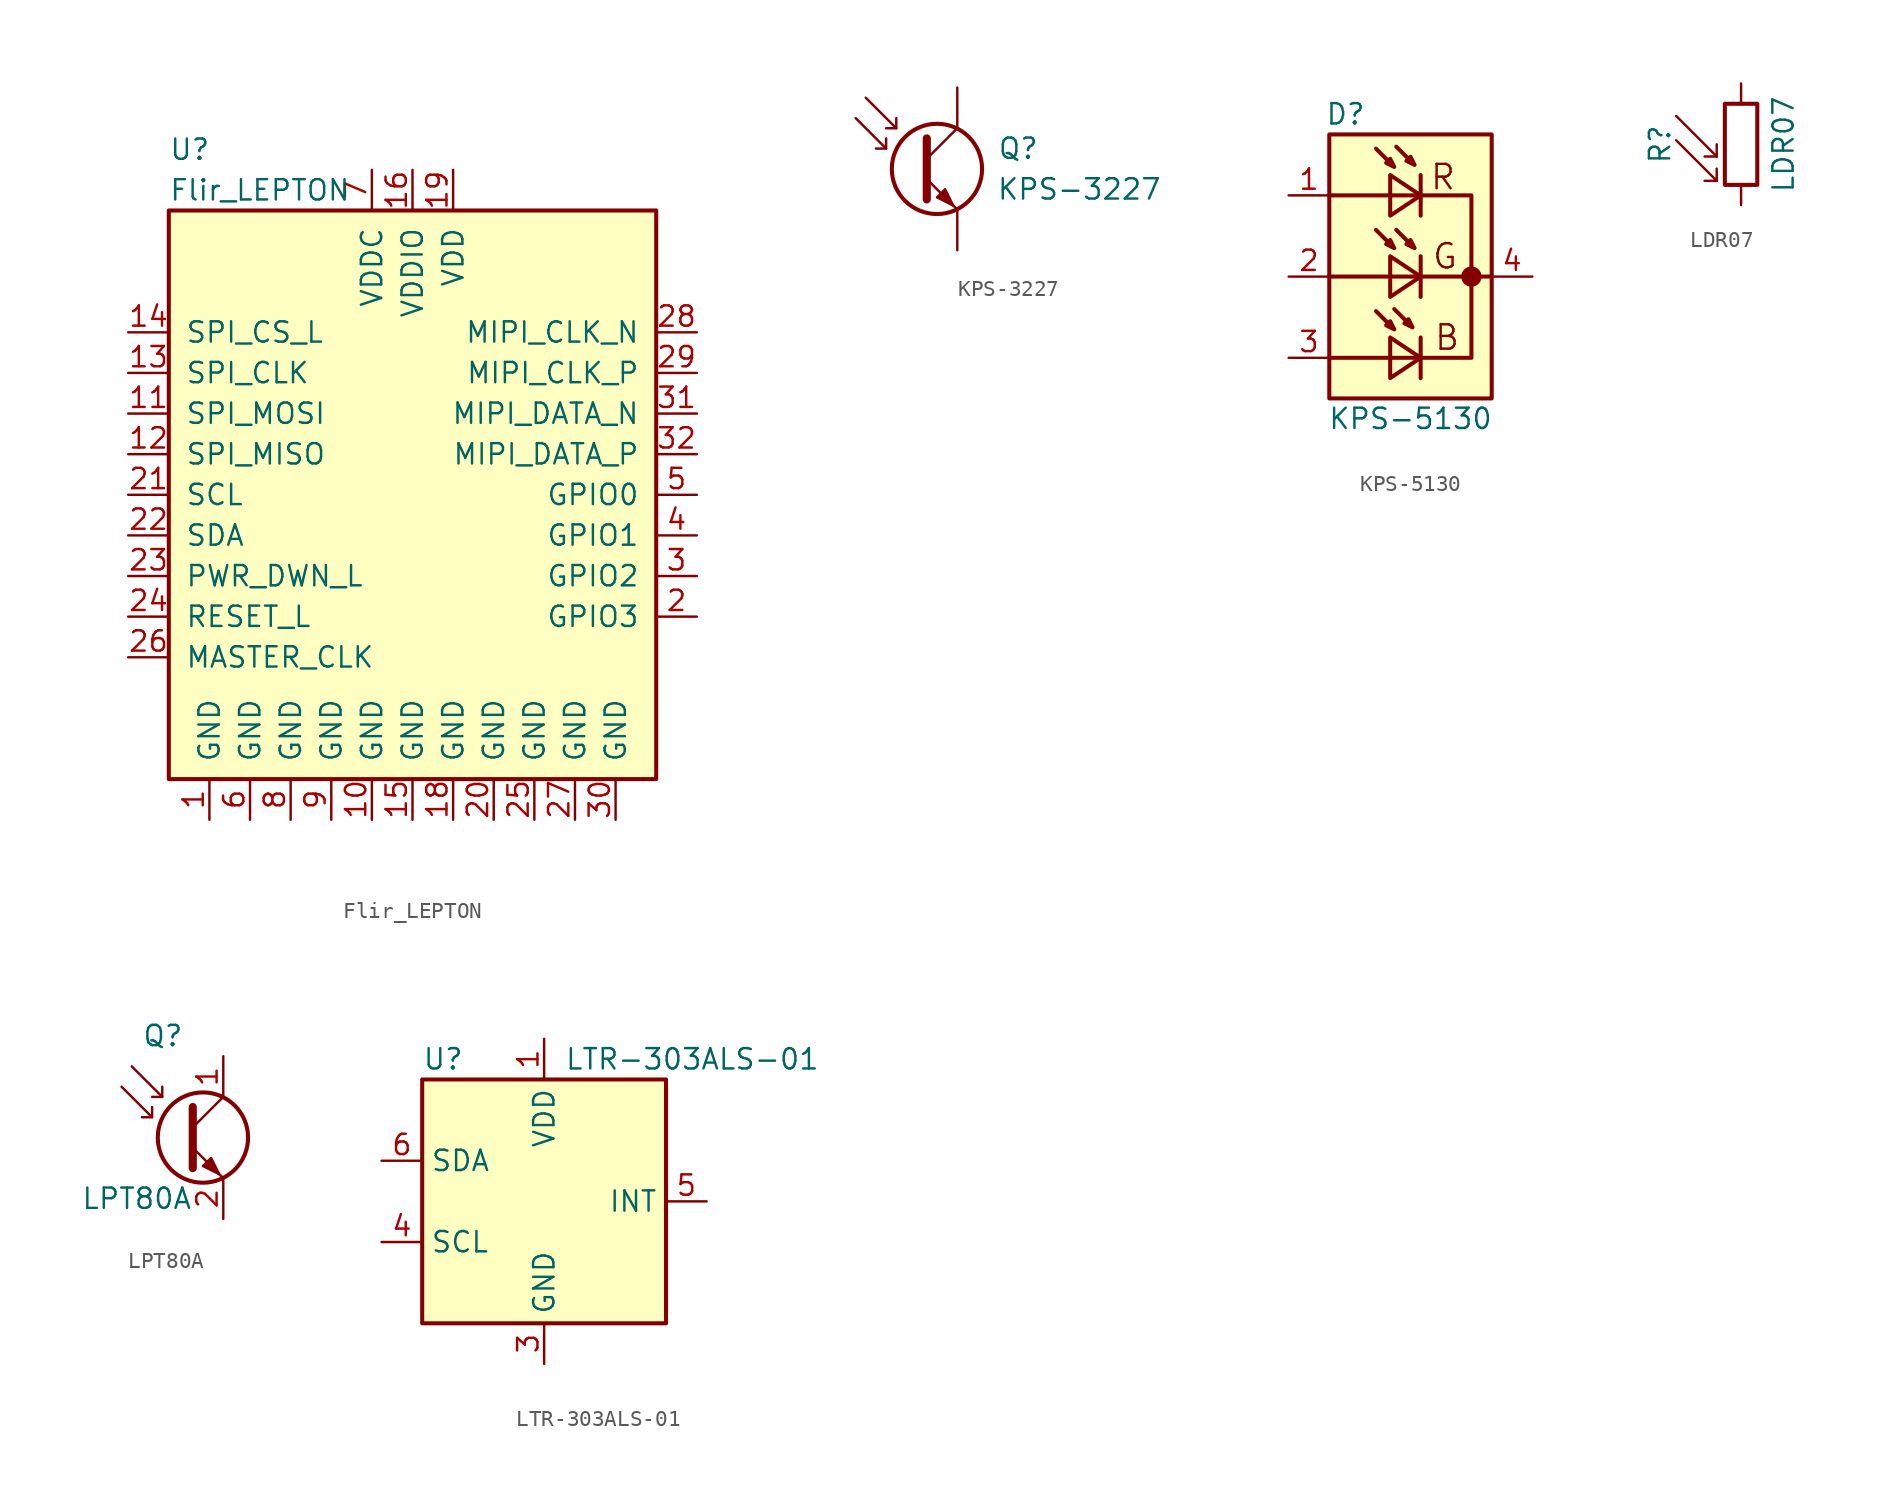
<source format=kicad_sym>
(kicad_symbol_lib
  (version 20201005)
  (generator kicad_symbol_editor)
  (symbol "Sensor_Optical:Flir_LEPTON"
    (pin_names
      (offset 1.016))
    (property "Reference" "U"
      (at -15.24 21.59 0)
      (effects (font (size 1.27 1.27)) (justify left)))
    (property "Value" "Flir_LEPTON"
      (at -15.24 19.05 0)
      (effects (font (size 1.27 1.27)) (justify left)))
    (symbol "Flir_LEPTON_0_1"
      (rectangle (start -15.24 17.78) (end 15.24 -17.78) (stroke (width 0.254)) (fill (type background))))
    (symbol "Flir_LEPTON_1_1"
      (pin power_in line (at -12.7 -20.32 90) (length 2.54) (name "GND" (effects (font (size 1.27 1.27)))) (number "1" (effects (font (size 1.27 1.27)))))
      (pin power_in line (at -2.54 -20.32 90) (length 2.54) (name "GND" (effects (font (size 1.27 1.27)))) (number "10" (effects (font (size 1.27 1.27)))))
      (pin input line (at -17.78 5.08 0) (length 2.54) (name "SPI_MOSI" (effects (font (size 1.27 1.27)))) (number "11" (effects (font (size 1.27 1.27)))))
      (pin output line (at -17.78 2.54 0) (length 2.54) (name "SPI_MISO" (effects (font (size 1.27 1.27)))) (number "12" (effects (font (size 1.27 1.27)))))
      (pin input line (at -17.78 7.62 0) (length 2.54) (name "SPI_CLK" (effects (font (size 1.27 1.27)))) (number "13" (effects (font (size 1.27 1.27)))))
      (pin input line (at -17.78 10.16 0) (length 2.54) (name "SPI_CS_L" (effects (font (size 1.27 1.27)))) (number "14" (effects (font (size 1.27 1.27)))))
      (pin power_in line (at 0 -20.32 90) (length 2.54) (name "GND" (effects (font (size 1.27 1.27)))) (number "15" (effects (font (size 1.27 1.27)))))
      (pin power_in line (at 0 20.32 270) (length 2.54) (name "VDDIO" (effects (font (size 1.27 1.27)))) (number "16" (effects (font (size 1.27 1.27)))))
      (pin no_connect line (at 17.78 -10.16 180) (length 2.54) hide (name "NC" (effects (font (size 1.27 1.27)))) (number "17" (effects (font (size 1.27 1.27)))))
      (pin power_in line (at 2.54 -20.32 90) (length 2.54) (name "GND" (effects (font (size 1.27 1.27)))) (number "18" (effects (font (size 1.27 1.27)))))
      (pin power_in line (at 2.54 20.32 270) (length 2.54) (name "VDD" (effects (font (size 1.27 1.27)))) (number "19" (effects (font (size 1.27 1.27)))))
      (pin bidirectional line (at 17.78 -7.62 180) (length 2.54) (name "GPIO3" (effects (font (size 1.27 1.27)))) (number "2" (effects (font (size 1.27 1.27)))))
      (pin power_in line (at 5.08 -20.32 90) (length 2.54) (name "GND" (effects (font (size 1.27 1.27)))) (number "20" (effects (font (size 1.27 1.27)))))
      (pin input line (at -17.78 0 0) (length 2.54) (name "SCL" (effects (font (size 1.27 1.27)))) (number "21" (effects (font (size 1.27 1.27)))))
      (pin bidirectional line (at -17.78 -2.54 0) (length 2.54) (name "SDA" (effects (font (size 1.27 1.27)))) (number "22" (effects (font (size 1.27 1.27)))))
      (pin input line (at -17.78 -5.08 0) (length 2.54) (name "PWR_DWN_L" (effects (font (size 1.27 1.27)))) (number "23" (effects (font (size 1.27 1.27)))))
      (pin input line (at -17.78 -7.62 0) (length 2.54) (name "RESET_L" (effects (font (size 1.27 1.27)))) (number "24" (effects (font (size 1.27 1.27)))))
      (pin power_in line (at 7.62 -20.32 90) (length 2.54) (name "GND" (effects (font (size 1.27 1.27)))) (number "25" (effects (font (size 1.27 1.27)))))
      (pin input line (at -17.78 -10.16 0) (length 2.54) (name "MASTER_CLK" (effects (font (size 1.27 1.27)))) (number "26" (effects (font (size 1.27 1.27)))))
      (pin power_in line (at 10.16 -20.32 90) (length 2.54) (name "GND" (effects (font (size 1.27 1.27)))) (number "27" (effects (font (size 1.27 1.27)))))
      (pin output line (at 17.78 10.16 180) (length 2.54) (name "MIPI_CLK_N" (effects (font (size 1.27 1.27)))) (number "28" (effects (font (size 1.27 1.27)))))
      (pin output line (at 17.78 7.62 180) (length 2.54) (name "MIPI_CLK_P" (effects (font (size 1.27 1.27)))) (number "29" (effects (font (size 1.27 1.27)))))
      (pin bidirectional line (at 17.78 -5.08 180) (length 2.54) (name "GPIO2" (effects (font (size 1.27 1.27)))) (number "3" (effects (font (size 1.27 1.27)))))
      (pin power_in line (at 12.7 -20.32 90) (length 2.54) (name "GND" (effects (font (size 1.27 1.27)))) (number "30" (effects (font (size 1.27 1.27)))))
      (pin output line (at 17.78 5.08 180) (length 2.54) (name "MIPI_DATA_N" (effects (font (size 1.27 1.27)))) (number "31" (effects (font (size 1.27 1.27)))))
      (pin output line (at 17.78 2.54 180) (length 2.54) (name "MIPI_DATA_P" (effects (font (size 1.27 1.27)))) (number "32" (effects (font (size 1.27 1.27)))))
      (pin bidirectional line (at 17.78 -2.54 180) (length 2.54) (name "GPIO1" (effects (font (size 1.27 1.27)))) (number "4" (effects (font (size 1.27 1.27)))))
      (pin bidirectional line (at 17.78 0 180) (length 2.54) (name "GPIO0" (effects (font (size 1.27 1.27)))) (number "5" (effects (font (size 1.27 1.27)))))
      (pin power_in line (at -10.16 -20.32 90) (length 2.54) (name "GND" (effects (font (size 1.27 1.27)))) (number "6" (effects (font (size 1.27 1.27)))))
      (pin power_in line (at -2.54 20.32 270) (length 2.54) (name "VDDC" (effects (font (size 1.27 1.27)))) (number "7" (effects (font (size 1.27 1.27)))))
      (pin power_in line (at -7.62 -20.32 90) (length 2.54) (name "GND" (effects (font (size 1.27 1.27)))) (number "8" (effects (font (size 1.27 1.27)))))
      (pin power_in line (at -5.08 -20.32 90) (length 2.54) (name "GND" (effects (font (size 1.27 1.27)))) (number "9" (effects (font (size 1.27 1.27)))))))
  (symbol "Sensor_Optical:KPS-3227"
    (pin_numbers hide)
    (property "Reference" "Q"
      (at 3.81 1.27 0)
      (effects (font (size 1.27 1.27))))
    (property "Value" "KPS-3227"
      (at 7.62 -1.27 0)
      (effects (font (size 1.27 1.27))))
    (symbol "KPS-3227_1_1"
      (circle (center -1.27 0) (radius 2.819) (stroke (width 0.254)) (fill (type none)))
      (polyline (pts (xy -4.445 1.27) (xy -5.08 1.27)) (stroke (width 0)) (fill (type none)))
      (polyline (pts (xy -3.81 2.54) (xy -4.445 2.54)) (stroke (width 0)) (fill (type none)))
      (polyline (pts (xy -1.905 0.635) (xy 0 2.54)) (stroke (width 0)) (fill (type none)))
      (polyline (pts (xy -6.35 3.175) (xy -4.445 1.27) (xy -4.445 1.905)) (stroke (width 0)) (fill (type none)))
      (polyline (pts (xy -5.715 4.445) (xy -3.81 2.54) (xy -3.81 3.175)) (stroke (width 0)) (fill (type none)))
      (polyline (pts (xy -1.905 -0.635) (xy 0 -2.54) (xy 0 -2.54)) (stroke (width 0)) (fill (type none)))
      (polyline (pts (xy -1.905 1.905) (xy -1.905 -1.905) (xy -1.905 -1.905)) (stroke (width 0.508)) (fill (type none)))
      (polyline (pts (xy -1.27 -1.778) (xy -0.762 -1.27) (xy -0.254 -2.286) (xy -1.27 -1.778) (xy -1.27 -1.778)) (stroke (width 0)) (fill (type outline)))
      (pin passive line (at 0 5.08 270) (length 2.54) hide (name "~" (effects (font (size 1.27 1.27)))) (number "1" (effects (font (size 1.27 1.27)))))
      (pin passive line (at 0 -5.08 90) (length 2.54) hide (name "~" (effects (font (size 1.27 1.27)))) (number "2" (effects (font (size 1.27 1.27)))))
      (pin passive line (at 0 5.08 270) (length 2.54) (name "~" (effects (font (size 1.27 1.27)))) (number "3" (effects (font (size 1.27 1.27)))))
      (pin passive line (at 0 -5.08 90) (length 2.54) (name "~" (effects (font (size 1.27 1.27)))) (number "4" (effects (font (size 1.27 1.27)))))))
  (symbol "Sensor_Optical:KPS-5130"
    (pin_names hide)
    (property "Reference" "D"
      (at -4.064 10.16 0)
      (effects (font (size 1.27 1.27))))
    (property "Value" "KPS-5130"
      (at 0 -8.89 0)
      (effects (font (size 1.27 1.27))))
    (symbol "KPS-5130_0_0"
      (text "B" (at 2.286 -3.81 0) (effects (font (size 1.524 1.524))))
      (text "G" (at 2.159 1.27 0) (effects (font (size 1.524 1.524))))
      (text "R" (at 2.032 6.223 0) (effects (font (size 1.524 1.524)))))
    (symbol "KPS-5130_0_1"
      (circle (center 3.81 0) (radius 0.508) (stroke (width 0.254)) (fill (type outline)))
      (polyline (pts (xy 5.08 0) (xy -5.08 0)) (stroke (width 0.254)) (fill (type none)))
      (polyline (pts (xy -5.08 5.08) (xy 3.81 5.08) (xy 3.81 -5.08) (xy -5.08 -5.08)) (stroke (width 0.254)) (fill (type none)))
      (polyline (pts (xy -2.159 -2.159) (xy -1.016 -3.302) (xy -1.27 -2.794) (xy -1.524 -3.048) (xy -1.016 -3.302)) (stroke (width 0.254)) (fill (type none)))
      (polyline (pts (xy -2.159 2.921) (xy -1.016 1.778) (xy -1.27 2.286) (xy -1.524 2.032) (xy -1.016 1.778)) (stroke (width 0.254)) (fill (type none)))
      (polyline (pts (xy -2.159 8.001) (xy -1.016 6.858) (xy -1.27 7.366) (xy -1.524 7.112) (xy -1.016 6.858)) (stroke (width 0.254)) (fill (type none)))
      (polyline (pts (xy -1.016 -2.032) (xy 0.127 -3.175) (xy -0.127 -2.667) (xy -0.381 -2.921) (xy 0.127 -3.175)) (stroke (width 0.254)) (fill (type none)))
      (polyline (pts (xy -0.889 2.921) (xy 0.254 1.778) (xy 0 2.286) (xy -0.254 2.032) (xy 0.254 1.778)) (stroke (width 0.254)) (fill (type none)))
      (polyline (pts (xy -0.889 8.128) (xy 0.254 6.985) (xy 0 7.493) (xy -0.254 7.239) (xy 0.254 6.985)) (stroke (width 0.254)) (fill (type none)))
      (polyline (pts (xy 0.635 -3.81) (xy 0.635 -6.35) (xy 0.635 -5.08) (xy -1.27 -3.81) (xy -1.27 -6.35) (xy 0.635 -5.08)) (stroke (width 0.254)) (fill (type none)))
      (polyline (pts (xy 0.635 1.27) (xy 0.635 -1.27) (xy 0.635 0) (xy -1.27 1.27) (xy -1.27 -1.27) (xy 0.635 0)) (stroke (width 0.254)) (fill (type none)))
      (polyline (pts (xy 0.635 6.35) (xy 0.635 3.81) (xy 0.635 5.08) (xy -1.27 6.35) (xy -1.27 3.81) (xy 0.635 5.08)) (stroke (width 0.254)) (fill (type none))))
    (symbol "KPS-5130_1_1"
      (rectangle (start 5.08 8.89) (end -5.08 -7.62) (stroke (width 0.254)) (fill (type background)))
      (pin passive line (at -7.62 5.08 0) (length 2.54) (name "AR" (effects (font (size 1.27 1.27)))) (number "1" (effects (font (size 1.27 1.27)))))
      (pin passive line (at -7.62 0 0) (length 2.54) (name "AG" (effects (font (size 1.27 1.27)))) (number "2" (effects (font (size 1.27 1.27)))))
      (pin passive line (at -7.62 -5.08 0) (length 2.54) (name "AB" (effects (font (size 1.27 1.27)))) (number "3" (effects (font (size 1.27 1.27)))))
      (pin passive line (at 7.62 0 180) (length 2.54) (name "C" (effects (font (size 1.27 1.27)))) (number "4" (effects (font (size 1.27 1.27)))))))
  (symbol "Sensor_Optical:LDR07"
    (pin_numbers hide)
    (pin_names
      (offset 0))
    (property "Reference" "R"
      (at -5.08 0 90)
      (effects (font (size 1.27 1.27))))
    (property "Value" "LDR07"
      (at 1.905 0 90)
      (effects (font (size 1.27 1.27)) (justify top)))
    (symbol "LDR07_0_1"
      (rectangle (start -1.016 2.54) (end 1.016 -2.54) (stroke (width 0.254)) (fill (type none)))
      (polyline (pts (xy -1.524 -2.286) (xy -4.064 0.254)) (stroke (width 0)) (fill (type none)))
      (polyline (pts (xy -1.524 -2.286) (xy -2.286 -2.286)) (stroke (width 0)) (fill (type none)))
      (polyline (pts (xy -1.524 -2.286) (xy -1.524 -1.524)) (stroke (width 0)) (fill (type none)))
      (polyline (pts (xy -1.524 -0.762) (xy -4.064 1.778)) (stroke (width 0)) (fill (type none)))
      (polyline (pts (xy -1.524 -0.762) (xy -2.286 -0.762)) (stroke (width 0)) (fill (type none)))
      (polyline (pts (xy -1.524 -0.762) (xy -1.524 0)) (stroke (width 0)) (fill (type none))))
    (symbol "LDR07_1_1"
      (pin passive line (at 0 3.81 270) (length 1.27) (name "~" (effects (font (size 1.27 1.27)))) (number "1" (effects (font (size 1.27 1.27)))))
      (pin passive line (at 0 -3.81 90) (length 1.27) (name "~" (effects (font (size 1.27 1.27)))) (number "2" (effects (font (size 1.27 1.27)))))))
  (symbol "Sensor_Optical:LPT80A"
    (pin_names hide)
    (property "Reference" "Q"
      (at -5.08 6.35 0)
      (effects (font (size 1.27 1.27)) (justify left)))
    (property "Value" "LPT80A"
      (at -8.89 -3.81 0)
      (effects (font (size 1.27 1.27)) (justify left)))
    (symbol "LPT80A_0_1"
      (circle (center -1.27 0) (radius 2.819) (stroke (width 0.254)) (fill (type none)))
      (polyline (pts (xy -4.445 1.27) (xy -5.08 1.27)) (stroke (width 0)) (fill (type none)))
      (polyline (pts (xy -3.81 2.54) (xy -4.445 2.54)) (stroke (width 0)) (fill (type none)))
      (polyline (pts (xy -1.905 0.635) (xy 0 2.54)) (stroke (width 0)) (fill (type none)))
      (polyline (pts (xy -6.35 3.175) (xy -4.445 1.27) (xy -4.445 1.905)) (stroke (width 0)) (fill (type none)))
      (polyline (pts (xy -5.715 4.445) (xy -3.81 2.54) (xy -3.81 3.175)) (stroke (width 0)) (fill (type none)))
      (polyline (pts (xy -1.905 -0.635) (xy 0 -2.54) (xy 0 -2.54)) (stroke (width 0)) (fill (type none)))
      (polyline (pts (xy -1.905 1.905) (xy -1.905 -1.905) (xy -1.905 -1.905)) (stroke (width 0.508)) (fill (type none)))
      (polyline (pts (xy -1.27 -1.778) (xy -0.762 -1.27) (xy -0.254 -2.286) (xy -1.27 -1.778) (xy -1.27 -1.778)) (stroke (width 0)) (fill (type outline))))
    (symbol "LPT80A_1_1"
      (pin passive line (at 0 5.08 270) (length 2.54) (name "C" (effects (font (size 1.27 1.27)))) (number "1" (effects (font (size 1.27 1.27)))))
      (pin passive line (at 0 -5.08 90) (length 2.54) (name "E" (effects (font (size 1.27 1.27)))) (number "2" (effects (font (size 1.27 1.27)))))))
  (symbol "Sensor_Optical:LTR-303ALS-01"
    (property "Reference" "U"
      (at -7.62 8.89 0)
      (effects (font (size 1.27 1.27)) (justify left)))
    (property "Value" "LTR-303ALS-01"
      (at 1.27 8.89 0)
      (effects (font (size 1.27 1.27)) (justify left)))
    (symbol "LTR-303ALS-01_0_1"
      (rectangle (start -7.62 7.62) (end 7.62 -7.62) (stroke (width 0.254)) (fill (type background))))
    (symbol "LTR-303ALS-01_1_1"
      (pin power_in line (at 0 10.16 270) (length 2.54) (name "VDD" (effects (font (size 1.27 1.27)))) (number "1" (effects (font (size 1.27 1.27)))))
      (pin no_connect line (at 2.54 0 180) (length 2.54) hide (name "NC" (effects (font (size 1.27 1.27)))) (number "2" (effects (font (size 1.27 1.27)))))
      (pin power_in line (at 0 -10.16 90) (length 2.54) (name "GND" (effects (font (size 1.27 1.27)))) (number "3" (effects (font (size 1.27 1.27)))))
      (pin input line (at -10.16 -2.54 0) (length 2.54) (name "SCL" (effects (font (size 1.27 1.27)))) (number "4" (effects (font (size 1.27 1.27)))))
      (pin open_collector line (at 10.16 0 180) (length 2.54) (name "INT" (effects (font (size 1.27 1.27)))) (number "5" (effects (font (size 1.27 1.27)))))
      (pin bidirectional line (at -10.16 2.54 0) (length 2.54) (name "SDA" (effects (font (size 1.27 1.27)))) (number "6" (effects (font (size 1.27 1.27))))))))
</source>
